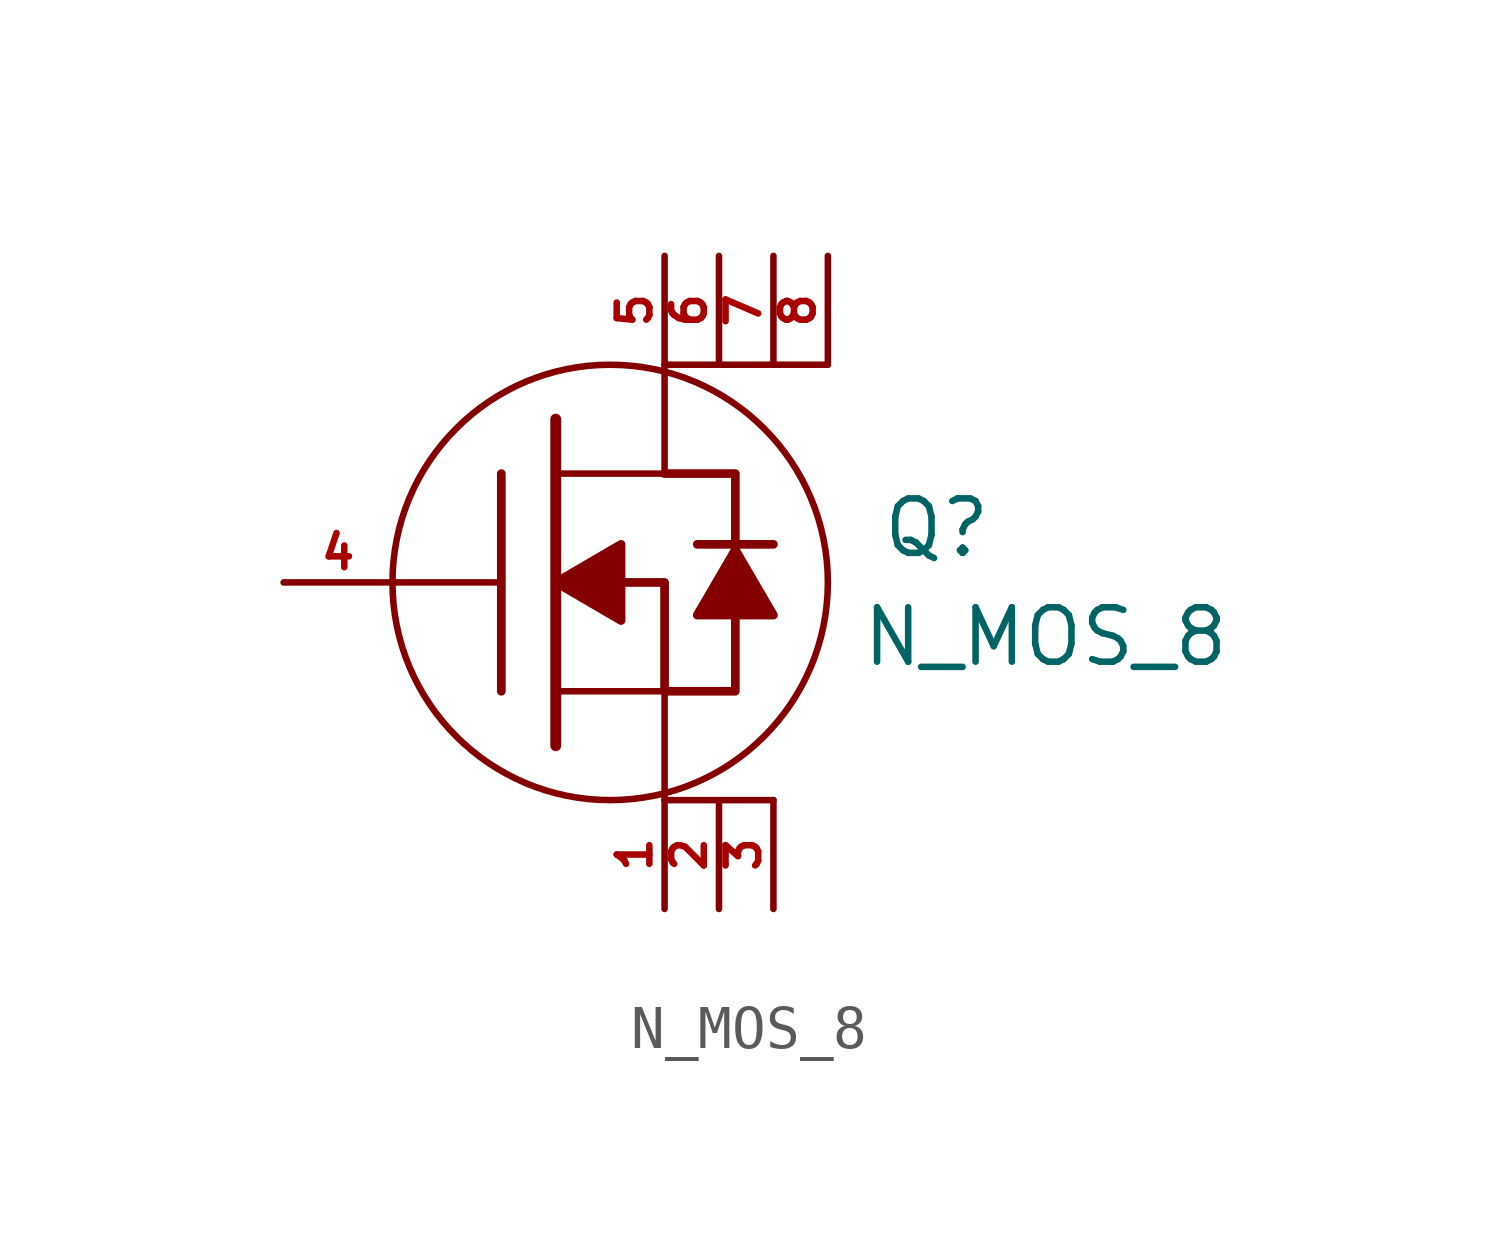
<source format=kicad_sym>
(kicad_symbol_lib
  (version 20211014)
  (generator kicad_symbol_editor)
  (symbol "N_MOS_8"
    (pin_names
      (offset 1.016) hide)
    (property "Reference" "Q"
      (at 7.62 1.27 0)
      (effects (font (size 1.27 1.27))))
    (property "Value" "N_MOS_8"
      (at 10.16 -1.27 0)
      (effects (font (size 1.27 1.27))))
    (symbol "N_MOS_8_0_1"
      (polyline (pts (xy 3.81 -5.08) (xy 1.27 -5.08)) (stroke (width 0) (type default) (color 0 0 0 0)) (fill (type none)))
      (polyline (pts (xy 5.08 5.08) (xy 1.27 5.08)) (stroke (width 0) (type default) (color 0 0 0 0)) (fill (type none))))
    (symbol "N_MOS_8_1_1"
      (polyline (pts (xy -5.08 0) (xy -2.54 0)) (stroke (width 0) (type default) (color 0 0 0 0)) (fill (type none)))
      (polyline (pts (xy -2.54 -2.54) (xy -2.54 2.54)) (stroke (width 0.203) (type default) (color 0 0 0 0)) (fill (type none)))
      (polyline (pts (xy -1.27 -3.81) (xy -1.27 3.81)) (stroke (width 0.254) (type default) (color 0 0 0 0)) (fill (type none)))
      (polyline (pts (xy 1.27 -5.08) (xy 1.27 -2.54)) (stroke (width 0) (type default) (color 0 0 0 0)) (fill (type none)))
      (polyline (pts (xy 1.27 -2.54) (xy -1.27 -2.54)) (stroke (width 0) (type default) (color 0 0 0 0)) (fill (type none)))
      (polyline (pts (xy 1.27 2.54) (xy -1.27 2.54)) (stroke (width 0) (type default) (color 0 0 0 0)) (fill (type none)))
      (polyline (pts (xy 1.27 5.08) (xy 1.27 2.54)) (stroke (width 0) (type default) (color 0 0 0 0)) (fill (type none)))
      (polyline (pts (xy 3.81 0.889) (xy 2.032 0.889)) (stroke (width 0.203) (type default) (color 0 0 0 0)) (fill (type none)))
      (polyline (pts (xy 1.27 -2.54) (xy 1.27 0) (xy 0 0)) (stroke (width 0.203) (type default) (color 0 0 0 0)) (fill (type none)))
      (polyline (pts (xy 0.254 0.889) (xy 0.254 -0.889) (xy -1.27 0) (xy 0.254 0.889)) (stroke (width 0.203) (type default) (color 0 0 0 0)) (fill (type outline)))
      (polyline (pts (xy 1.27 -2.54) (xy 2.921 -2.54) (xy 2.921 2.54) (xy 1.27 2.54)) (stroke (width 0.203) (type default) (color 0 0 0 0)) (fill (type none)))
      (polyline (pts (xy 2.032 -0.762) (xy 3.81 -0.762) (xy 2.921 0.762) (xy 2.032 -0.762)) (stroke (width 0.203) (type default) (color 0 0 0 0)) (fill (type outline)))
      (circle (center 0 0) (radius 5.08) (stroke (width 0) (type default) (color 0 0 0 0)) (fill (type none)))
      (pin passive line (at 1.27 -7.62 90) (length 2.54) (name "S" (effects (font (size 1.016 1.016)))) (number "1" (effects (font (size 0.762 0.762)))))
      (pin passive line (at 2.54 -7.62 90) (length 2.54) (name "S" (effects (font (size 1.016 1.016)))) (number "2" (effects (font (size 0.762 0.762)))))
      (pin passive line (at 3.81 -7.62 90) (length 2.54) (name "S" (effects (font (size 1.016 1.016)))) (number "3" (effects (font (size 0.762 0.762)))))
      (pin input line (at -7.62 0 0) (length 2.54) (name "G" (effects (font (size 1.016 1.016)))) (number "4" (effects (font (size 0.762 0.762)))))
      (pin passive line (at 1.27 7.62 270) (length 2.54) (name "D" (effects (font (size 1.016 1.016)))) (number "5" (effects (font (size 0.762 0.762)))))
      (pin passive line (at 2.54 7.62 270) (length 2.54) (name "D" (effects (font (size 1.016 1.016)))) (number "6" (effects (font (size 0.762 0.762)))))
      (pin passive line (at 3.81 7.62 270) (length 2.54) (name "D" (effects (font (size 1.016 1.016)))) (number "7" (effects (font (size 0.762 0.762)))))
      (pin passive line (at 5.08 7.62 270) (length 2.54) (name "D" (effects (font (size 1.016 1.016)))) (number "8" (effects (font (size 0.762 0.762))))))))
</source>
